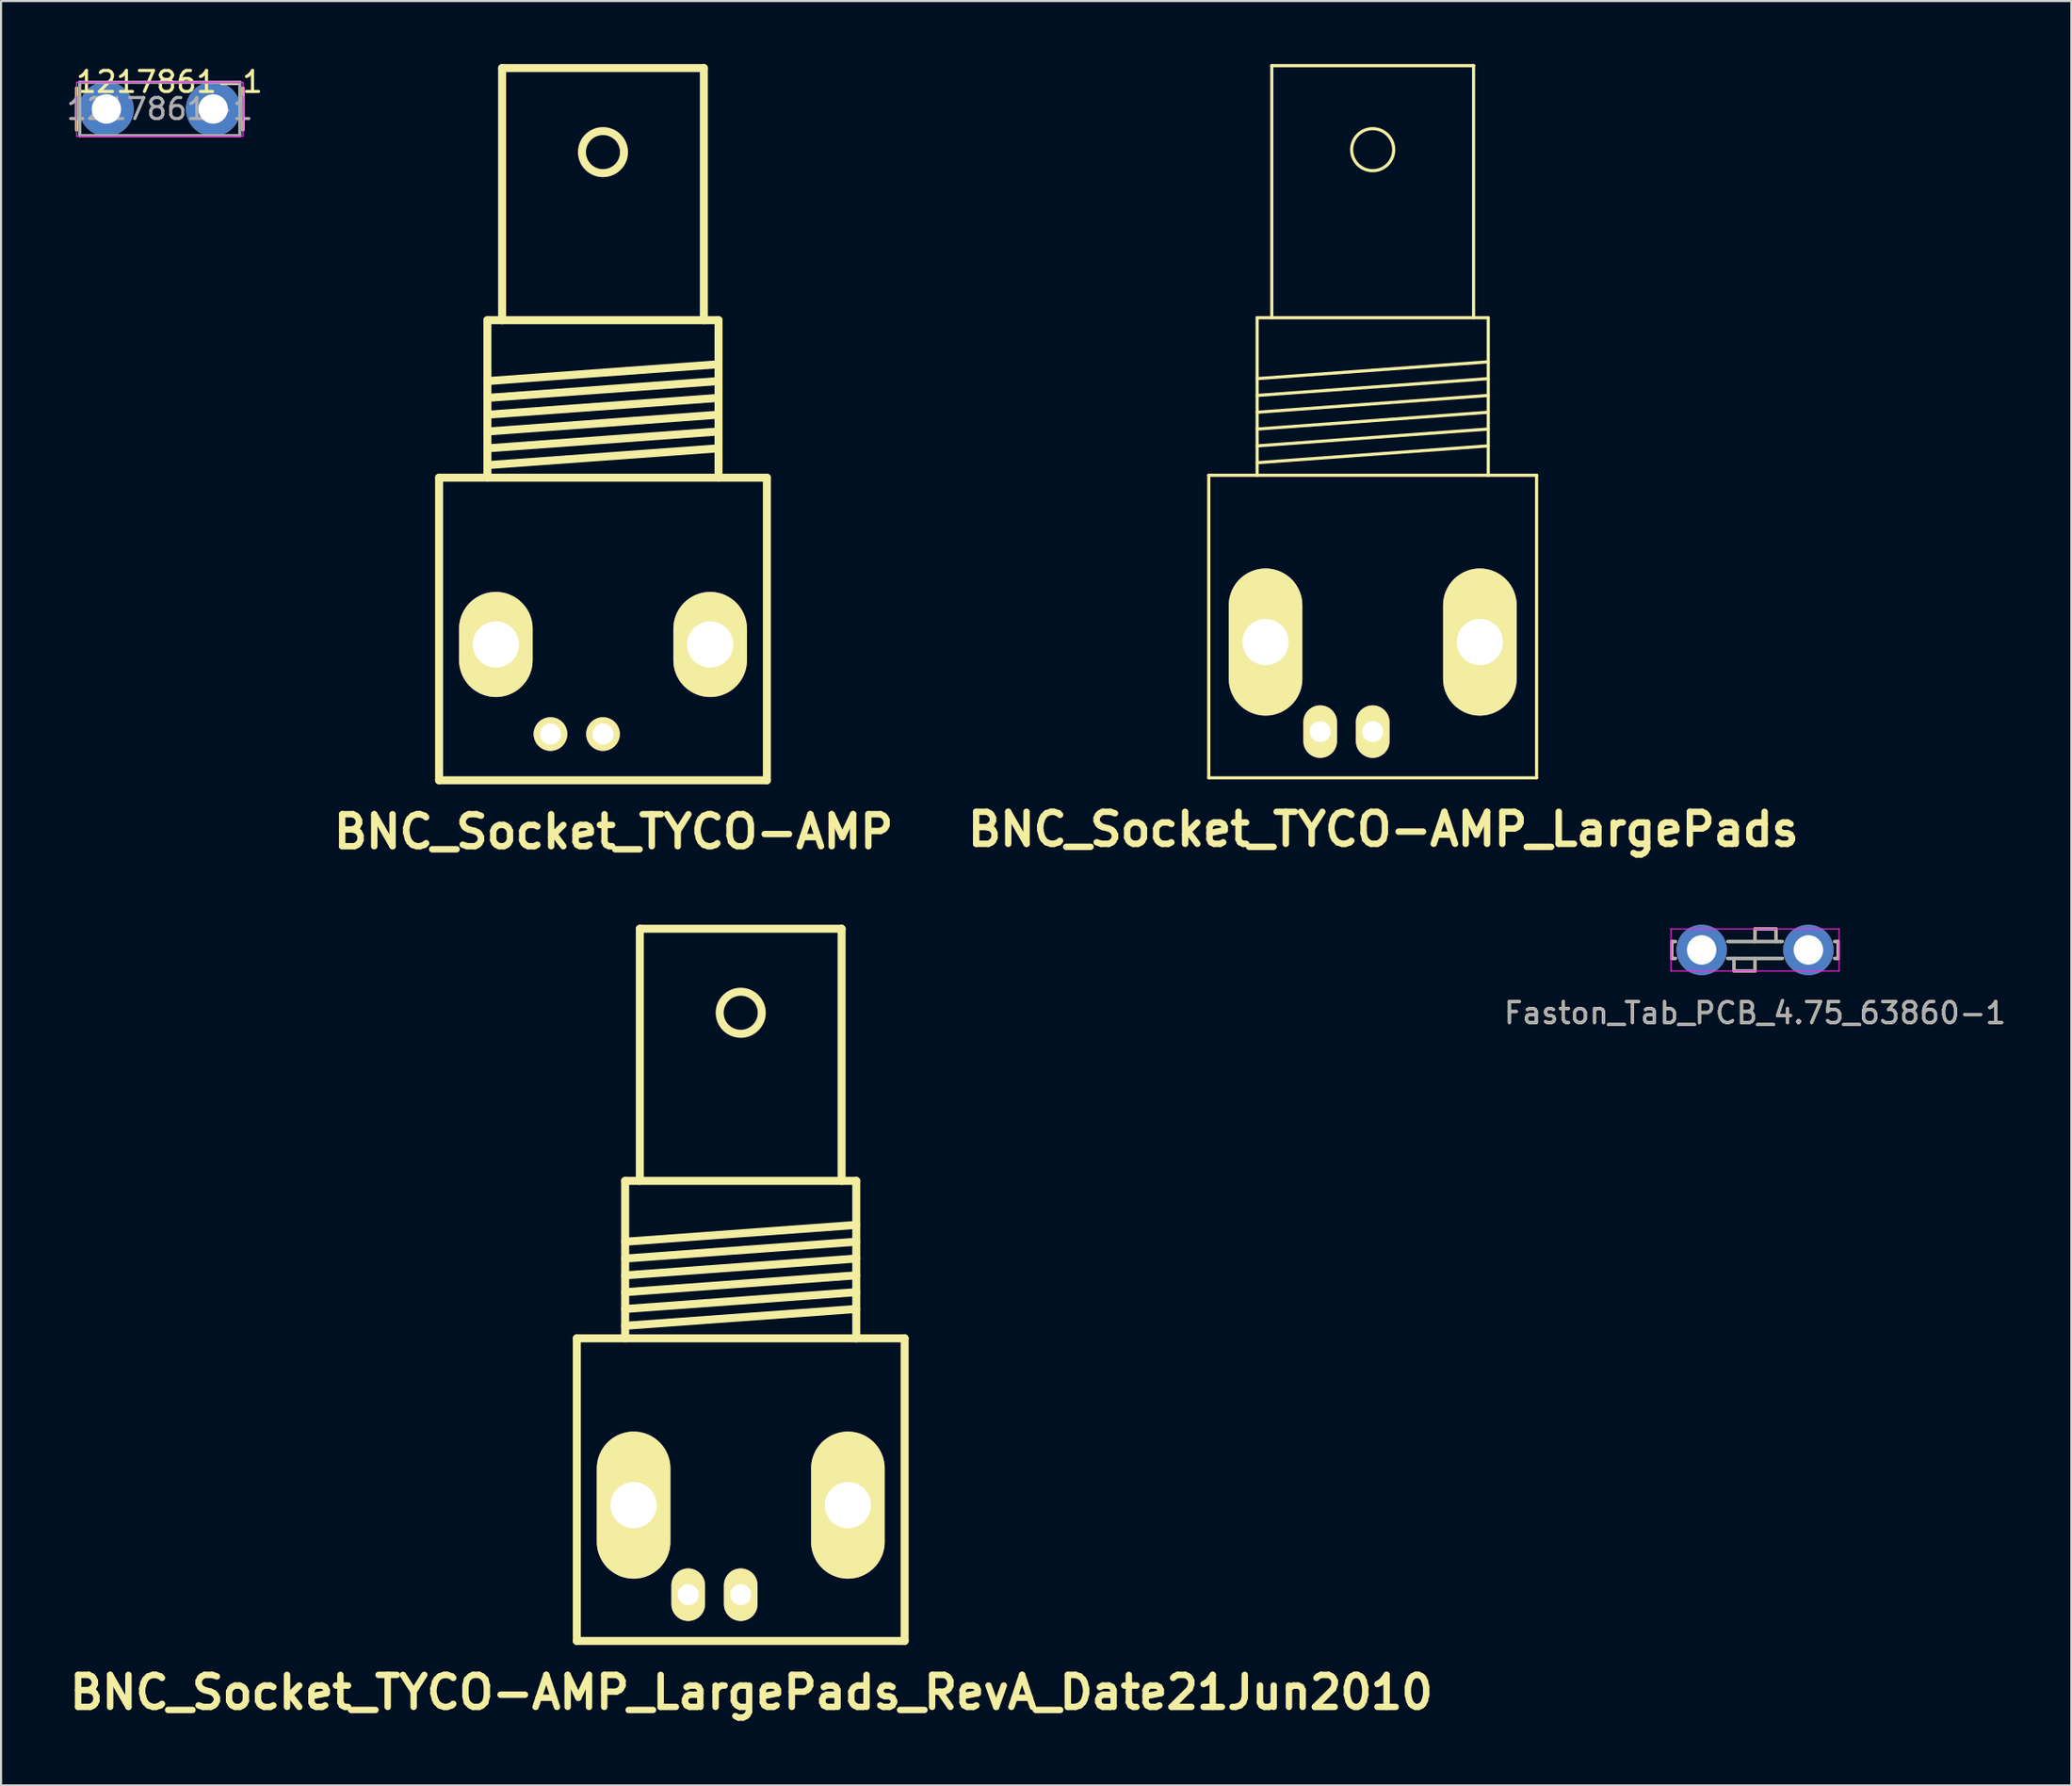
<source format=kicad_pcb>
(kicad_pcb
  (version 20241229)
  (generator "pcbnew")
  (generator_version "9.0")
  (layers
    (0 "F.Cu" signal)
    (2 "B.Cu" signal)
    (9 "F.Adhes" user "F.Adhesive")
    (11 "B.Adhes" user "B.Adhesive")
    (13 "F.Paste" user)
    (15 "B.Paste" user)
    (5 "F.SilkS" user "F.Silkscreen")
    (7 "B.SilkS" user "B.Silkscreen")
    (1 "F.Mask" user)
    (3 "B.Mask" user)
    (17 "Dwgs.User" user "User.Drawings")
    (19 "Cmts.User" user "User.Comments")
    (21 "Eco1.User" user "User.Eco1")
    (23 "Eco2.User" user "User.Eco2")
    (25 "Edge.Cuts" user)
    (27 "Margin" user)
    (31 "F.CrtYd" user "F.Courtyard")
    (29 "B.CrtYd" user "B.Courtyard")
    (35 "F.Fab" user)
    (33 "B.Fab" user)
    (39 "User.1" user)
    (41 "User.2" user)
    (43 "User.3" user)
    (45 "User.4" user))
  (footprint "BNC_Socket_TYCO-AMP"
    (layer "F.Cu")
    (at 25.645 26.891)
    (property "Reference" "BNC_Socket_TYCO-AMP" (at 0.508 9.652 0) (layer "F.SilkS") (effects (font (size 1.524 1.524) (thickness 0.305))))
    (attr through_hole)
    (fp_line (start -7.8 -7.201) (end -7.8 7.201) (stroke (width 0.381) (type solid)) (layer "F.SilkS"))
    (fp_line (start -7.8 7.201) (end 7.8 7.201) (stroke (width 0.381) (type solid)) (layer "F.SilkS"))
    (fp_line (start -5.499 -14.699) (end -5.499 -7.201) (stroke (width 0.381) (type solid)) (layer "F.SilkS"))
    (fp_line (start -5.499 -11.801) (end 5.499 -12.601) (stroke (width 0.381) (type solid)) (layer "F.SilkS"))
    (fp_line (start -5.499 -11.001) (end 5.499 -11.801) (stroke (width 0.381) (type solid)) (layer "F.SilkS"))
    (fp_line (start -5.499 -10.201) (end 5.499 -11.001) (stroke (width 0.381) (type solid)) (layer "F.SilkS"))
    (fp_line (start -5.499 -9.401) (end 5.499 -10.201) (stroke (width 0.381) (type solid)) (layer "F.SilkS"))
    (fp_line (start -5.499 -8.6) (end 5.499 -9.401) (stroke (width 0.381) (type solid)) (layer "F.SilkS"))
    (fp_line (start -5.499 -7.8) (end 5.499 -8.6) (stroke (width 0.381) (type solid)) (layer "F.SilkS"))
    (fp_line (start -4.801 -26.7) (end -4.801 -14.699) (stroke (width 0.381) (type solid)) (layer "F.SilkS"))
    (fp_line (start 4.801 -26.7) (end -4.801 -26.7) (stroke (width 0.381) (type solid)) (layer "F.SilkS"))
    (fp_line (start 4.801 -14.699) (end 4.801 -26.7) (stroke (width 0.381) (type solid)) (layer "F.SilkS"))
    (fp_line (start 5.499 -14.699) (end -5.499 -14.699) (stroke (width 0.381) (type solid)) (layer "F.SilkS"))
    (fp_line (start 5.499 -7.201) (end 5.499 -14.699) (stroke (width 0.381) (type solid)) (layer "F.SilkS"))
    (fp_line (start 7.8 -7.201) (end -7.8 -7.201) (stroke (width 0.381) (type solid)) (layer "F.SilkS"))
    (fp_line (start 7.8 7.201) (end 7.8 -7.201) (stroke (width 0.381) (type solid)) (layer "F.SilkS"))
    (fp_circle (center 0 -22.7) (end 1.001 -22.7) (stroke (width 0.381) (type solid)) (fill no) (layer "F.SilkS"))
    (pad "1" thru_hole circle (at 0 5.001) (size 1.6 1.6) (drill 1.001) (layers "*.Cu" "*.Mask" "F.SilkS"))
    (pad "2" thru_hole oval (at -5.098 0.737) (size 3.5 5.001) (drill 2.2) (layers "*.Cu" "*.Mask" "F.SilkS"))
    (pad "2" thru_hole circle (at -2.499 5.001) (size 1.6 1.6) (drill 1.001) (layers "*.Cu" "*.Mask" "F.SilkS"))
    (pad "2" thru_hole oval (at 5.1 0.737) (size 3.5 5.001) (drill 2.2) (layers "*.Cu" "*.Mask" "F.SilkS")))
  (footprint "BNC_Socket_TYCO-AMP_LargePads_RevA_Date21Jun2010"
    (layer "F.Cu")
    (at 32.2 67.86)
    (property "Reference" "BNC_Socket_TYCO-AMP_LargePads_RevA_Date21Jun2010" (at 0.508 9.652 0) (layer "F.SilkS") (effects (font (size 1.524 1.524) (thickness 0.305))))
    (attr through_hole)
    (fp_line (start -7.8 -7.201) (end -7.8 7.201) (stroke (width 0.381) (type solid)) (layer "F.SilkS"))
    (fp_line (start -7.8 7.201) (end 7.8 7.201) (stroke (width 0.381) (type solid)) (layer "F.SilkS"))
    (fp_line (start -5.499 -14.699) (end -5.499 -7.201) (stroke (width 0.381) (type solid)) (layer "F.SilkS"))
    (fp_line (start -5.499 -11.801) (end 5.499 -12.601) (stroke (width 0.381) (type solid)) (layer "F.SilkS"))
    (fp_line (start -5.499 -11.001) (end 5.499 -11.801) (stroke (width 0.381) (type solid)) (layer "F.SilkS"))
    (fp_line (start -5.499 -10.201) (end 5.499 -11.001) (stroke (width 0.381) (type solid)) (layer "F.SilkS"))
    (fp_line (start -5.499 -9.401) (end 5.499 -10.201) (stroke (width 0.381) (type solid)) (layer "F.SilkS"))
    (fp_line (start -5.499 -8.6) (end 5.499 -9.401) (stroke (width 0.381) (type solid)) (layer "F.SilkS"))
    (fp_line (start -5.499 -7.8) (end 5.499 -8.6) (stroke (width 0.381) (type solid)) (layer "F.SilkS"))
    (fp_line (start -4.801 -26.7) (end -4.801 -14.699) (stroke (width 0.381) (type solid)) (layer "F.SilkS"))
    (fp_line (start 4.801 -26.7) (end -4.801 -26.7) (stroke (width 0.381) (type solid)) (layer "F.SilkS"))
    (fp_line (start 4.801 -14.699) (end 4.801 -26.7) (stroke (width 0.381) (type solid)) (layer "F.SilkS"))
    (fp_line (start 5.499 -14.699) (end -5.499 -14.699) (stroke (width 0.381) (type solid)) (layer "F.SilkS"))
    (fp_line (start 5.499 -7.201) (end 5.499 -14.699) (stroke (width 0.381) (type solid)) (layer "F.SilkS"))
    (fp_line (start 7.8 -7.201) (end -7.8 -7.201) (stroke (width 0.381) (type solid)) (layer "F.SilkS"))
    (fp_line (start 7.8 7.201) (end 7.8 -7.201) (stroke (width 0.381) (type solid)) (layer "F.SilkS"))
    (fp_circle (center 0 -22.7) (end 1.001 -22.7) (stroke (width 0.381) (type solid)) (fill no) (layer "F.SilkS"))
    (pad "1" thru_hole oval (at 0 5.001) (size 1.6 2.499) (drill 1.001) (layers "*.Cu" "*.Mask" "F.SilkS"))
    (pad "2" thru_hole oval (at -5.098 0.737) (size 3.5 7) (drill 2.2) (layers "*.Cu" "*.Mask" "F.SilkS"))
    (pad "2" thru_hole oval (at -2.499 5.001) (size 1.6 2.499) (drill 1.001) (layers "*.Cu" "*.Mask" "F.SilkS"))
    (pad "2" thru_hole oval (at 5.1 0.737) (size 3.5 7) (drill 2.2) (layers "*.Cu" "*.Mask" "F.SilkS")))
  (footprint "Faston_Tab_PCB_4.75_63860-1"
    (layer "F.Cu")
    (at 80.469 42.169)
    (property "Reference" "Faston_Tab_PCB_4.75_63860-1" (at 0 3 0) (layer "F.SilkS") (effects (font (size 1 1) (thickness 0.15))))
    (attr through_hole)
    (fp_line (start -3.96 -0.4) (end -3.79 -0.4) (stroke (width 0.15) (type solid)) (layer "F.SilkS"))
    (fp_line (start -3.96 0.4) (end -3.96 -0.4) (stroke (width 0.15) (type solid)) (layer "F.SilkS"))
    (fp_line (start -3.96 0.4) (end -3.79 0.4) (stroke (width 0.15) (type solid)) (layer "F.SilkS"))
    (fp_line (start -1.29 -0.4) (end 1.29 -0.4) (stroke (width 0.15) (type solid)) (layer "F.SilkS"))
    (fp_line (start -1 0.4) (end -1 1) (stroke (width 0.15) (type solid)) (layer "F.SilkS"))
    (fp_line (start -1 1) (end 0 1) (stroke (width 0.15) (type solid)) (layer "F.SilkS"))
    (fp_line (start 0 -1) (end 1 -1) (stroke (width 0.15) (type solid)) (layer "F.SilkS"))
    (fp_line (start 0 -0.4) (end 0 -1) (stroke (width 0.15) (type solid)) (layer "F.SilkS"))
    (fp_line (start 0 1) (end 0 0.4) (stroke (width 0.15) (type solid)) (layer "F.SilkS"))
    (fp_line (start 1 -1) (end 1 -0.4) (stroke (width 0.15) (type solid)) (layer "F.SilkS"))
    (fp_line (start 1.3 0.4) (end -1.3 0.4) (stroke (width 0.15) (type solid)) (layer "F.SilkS"))
    (fp_line (start 3.96 -0.4) (end 3.79 -0.4) (stroke (width 0.15) (type solid)) (layer "F.SilkS"))
    (fp_line (start 3.96 -0.4) (end 3.96 0.4) (stroke (width 0.15) (type solid)) (layer "F.SilkS"))
    (fp_line (start 3.96 0.4) (end 3.79 0.4) (stroke (width 0.15) (type solid)) (layer "F.SilkS"))
    (fp_line (start -4 -1) (end 4 -1) (stroke (width 0.05) (type solid)) (layer "F.CrtYd"))
    (fp_line (start -4 1) (end -4 -1) (stroke (width 0.05) (type solid)) (layer "F.CrtYd"))
    (fp_line (start 4 -1) (end 4 1) (stroke (width 0.05) (type solid)) (layer "F.CrtYd"))
    (fp_line (start 4 1) (end -4 1) (stroke (width 0.05) (type solid)) (layer "F.CrtYd"))
    (fp_line (start -3.96 -0.4) (end -3.96 0.4) (stroke (width 0.15) (type solid)) (layer "F.Fab"))
    (fp_line (start -3.96 -0.4) (end -3.79 -0.4) (stroke (width 0.15) (type solid)) (layer "F.Fab"))
    (fp_line (start -3.96 0.4) (end -3.79 0.4) (stroke (width 0.15) (type solid)) (layer "F.Fab"))
    (fp_line (start -1.3 0.4) (end 1.3 0.4) (stroke (width 0.15) (type solid)) (layer "F.Fab"))
    (fp_line (start -1.29 -0.4) (end 1.29 -0.4) (stroke (width 0.15) (type solid)) (layer "F.Fab"))
    (fp_line (start -1 0.4) (end -1 1) (stroke (width 0.15) (type solid)) (layer "F.Fab"))
    (fp_line (start -1 1) (end 0 1) (stroke (width 0.15) (type solid)) (layer "F.Fab"))
    (fp_line (start 0 -1) (end 1 -1) (stroke (width 0.15) (type solid)) (layer "F.Fab"))
    (fp_line (start 0 -0.4) (end 0 -1) (stroke (width 0.15) (type solid)) (layer "F.Fab"))
    (fp_line (start 0 1) (end 0 0.4) (stroke (width 0.15) (type solid)) (layer "F.Fab"))
    (fp_line (start 1 -1) (end 1 -0.4) (stroke (width 0.15) (type solid)) (layer "F.Fab"))
    (fp_line (start 3.96 -0.4) (end 3.79 -0.4) (stroke (width 0.15) (type solid)) (layer "F.Fab"))
    (fp_line (start 3.96 -0.4) (end 3.96 0.4) (stroke (width 0.15) (type solid)) (layer "F.Fab"))
    (fp_line (start 3.96 0.4) (end 3.79 0.4) (stroke (width 0.15) (type solid)) (layer "F.Fab"))
    (fp_text user "${REFERENCE}" (at 0 3 0) (layer "F.Fab") (effects (font (size 1 1) (thickness 0.15))))
    (pad "1" thru_hole circle (at -2.54 0) (size 2.4 2.4) (drill 1.4) (layers "*.Cu" "*.Mask"))
    (pad "1" thru_hole circle (at 2.54 0) (size 2.4 2.4) (drill 1.4) (layers "*.Cu" "*.Mask")))
  (footprint "1217861-1"
    (layer "F.Cu")
    (at 2.014 2.138)
    (property "Reference" "1217861-1" (at 3 -1.29 0) (layer "F.SilkS") (effects (font (size 1 1) (thickness 0.15))))
    (attr through_hole)
    (fp_line (start -1.42 -1) (end -1.42 1) (stroke (width 0.15) (type solid)) (layer "F.SilkS"))
    (fp_line (start 6.5 -1) (end 6.5 1) (stroke (width 0.15) (type solid)) (layer "F.SilkS"))
    (fp_line (start -1.42 -1.27) (end 6.5 -1.27) (stroke (width 0.05) (type solid)) (layer "F.CrtYd"))
    (fp_line (start -1.42 1.3) (end -1.42 -1.27) (stroke (width 0.05) (type solid)) (layer "F.CrtYd"))
    (fp_line (start 6.5 -1.27) (end 6.5 1.3) (stroke (width 0.05) (type solid)) (layer "F.CrtYd"))
    (fp_line (start 6.5 1.3) (end -1.42 1.3) (stroke (width 0.05) (type solid)) (layer "F.CrtYd"))
    (fp_line (start -1.27 -1.27) (end 6.35 -1.27) (stroke (width 0.15) (type solid)) (layer "F.Fab"))
    (fp_line (start -1.27 1.27) (end -1.27 -1.27) (stroke (width 0.15) (type solid)) (layer "F.Fab"))
    (fp_line (start 6.35 -1.27) (end 6.35 1.27) (stroke (width 0.15) (type solid)) (layer "F.Fab"))
    (fp_line (start 6.35 1.27) (end -1.27 1.27) (stroke (width 0.15) (type solid)) (layer "F.Fab"))
    (fp_text user "${REFERENCE}" (at 2.54 0 0) (layer "F.Fab") (effects (font (size 1 1) (thickness 0.15))))
    (pad "1" thru_hole circle (at 0 0) (size 2.6 2.6) (drill 1.4) (layers "*.Cu" "*.Mask"))
    (pad "1" thru_hole circle (at 5.08 0) (size 2.6 2.6) (drill 1.4) (layers "*.Cu" "*.Mask")))
  (footprint "BNC_Socket_TYCO-AMP_LargePads"
    (layer "F.Cu")
    (at 62.274 26.775)
    (property "Reference" "BNC_Socket_TYCO-AMP_LargePads" (at 0.508 9.652 0) (layer "F.SilkS") (effects (font (size 1.524 1.524) (thickness 0.305))))
    (attr through_hole)
    (fp_line (start -7.8 -7.201) (end -7.8 7.201) (stroke (width 0.15) (type solid)) (layer "F.SilkS"))
    (fp_line (start -7.8 7.201) (end 7.8 7.201) (stroke (width 0.15) (type solid)) (layer "F.SilkS"))
    (fp_line (start -5.499 -14.699) (end -5.499 -7.201) (stroke (width 0.15) (type solid)) (layer "F.SilkS"))
    (fp_line (start -5.499 -11.801) (end 5.499 -12.601) (stroke (width 0.15) (type solid)) (layer "F.SilkS"))
    (fp_line (start -5.499 -11.001) (end 5.499 -11.801) (stroke (width 0.15) (type solid)) (layer "F.SilkS"))
    (fp_line (start -5.499 -10.201) (end 5.499 -11.001) (stroke (width 0.15) (type solid)) (layer "F.SilkS"))
    (fp_line (start -5.499 -9.401) (end 5.499 -10.201) (stroke (width 0.15) (type solid)) (layer "F.SilkS"))
    (fp_line (start -5.499 -8.6) (end 5.499 -9.401) (stroke (width 0.15) (type solid)) (layer "F.SilkS"))
    (fp_line (start -5.499 -7.8) (end 5.499 -8.6) (stroke (width 0.15) (type solid)) (layer "F.SilkS"))
    (fp_line (start -4.801 -26.7) (end -4.801 -14.699) (stroke (width 0.15) (type solid)) (layer "F.SilkS"))
    (fp_line (start 4.801 -26.7) (end -4.801 -26.7) (stroke (width 0.15) (type solid)) (layer "F.SilkS"))
    (fp_line (start 4.801 -14.699) (end 4.801 -26.7) (stroke (width 0.15) (type solid)) (layer "F.SilkS"))
    (fp_line (start 5.499 -14.699) (end -5.499 -14.699) (stroke (width 0.15) (type solid)) (layer "F.SilkS"))
    (fp_line (start 5.499 -7.201) (end 5.499 -14.699) (stroke (width 0.15) (type solid)) (layer "F.SilkS"))
    (fp_line (start 7.8 -7.201) (end -7.8 -7.201) (stroke (width 0.15) (type solid)) (layer "F.SilkS"))
    (fp_line (start 7.8 7.201) (end 7.8 -7.201) (stroke (width 0.15) (type solid)) (layer "F.SilkS"))
    (fp_circle (center 0 -22.7) (end 1.001 -22.7) (stroke (width 0.15) (type solid)) (fill no) (layer "F.SilkS"))
    (pad "1" thru_hole oval (at 0 5.001) (size 1.6 2.499) (drill 1.001) (layers "*.Cu" "*.Mask" "F.SilkS"))
    (pad "2" thru_hole oval (at -5.098 0.737) (size 3.5 7) (drill 2.2) (layers "*.Cu" "*.Mask" "F.SilkS"))
    (pad "2" thru_hole oval (at -2.499 5.001) (size 1.6 2.499) (drill 1.001) (layers "*.Cu" "*.Mask" "F.SilkS"))
    (pad "2" thru_hole oval (at 5.1 0.737) (size 3.5 7) (drill 2.2) (layers "*.Cu" "*.Mask" "F.SilkS")))
  (gr_rect
    (start -3 -3)
    (end 95.523 81.939)
    (stroke (width 0.1) (type default))
    (fill no)
    (layer "Edge.Cuts")))
</source>
